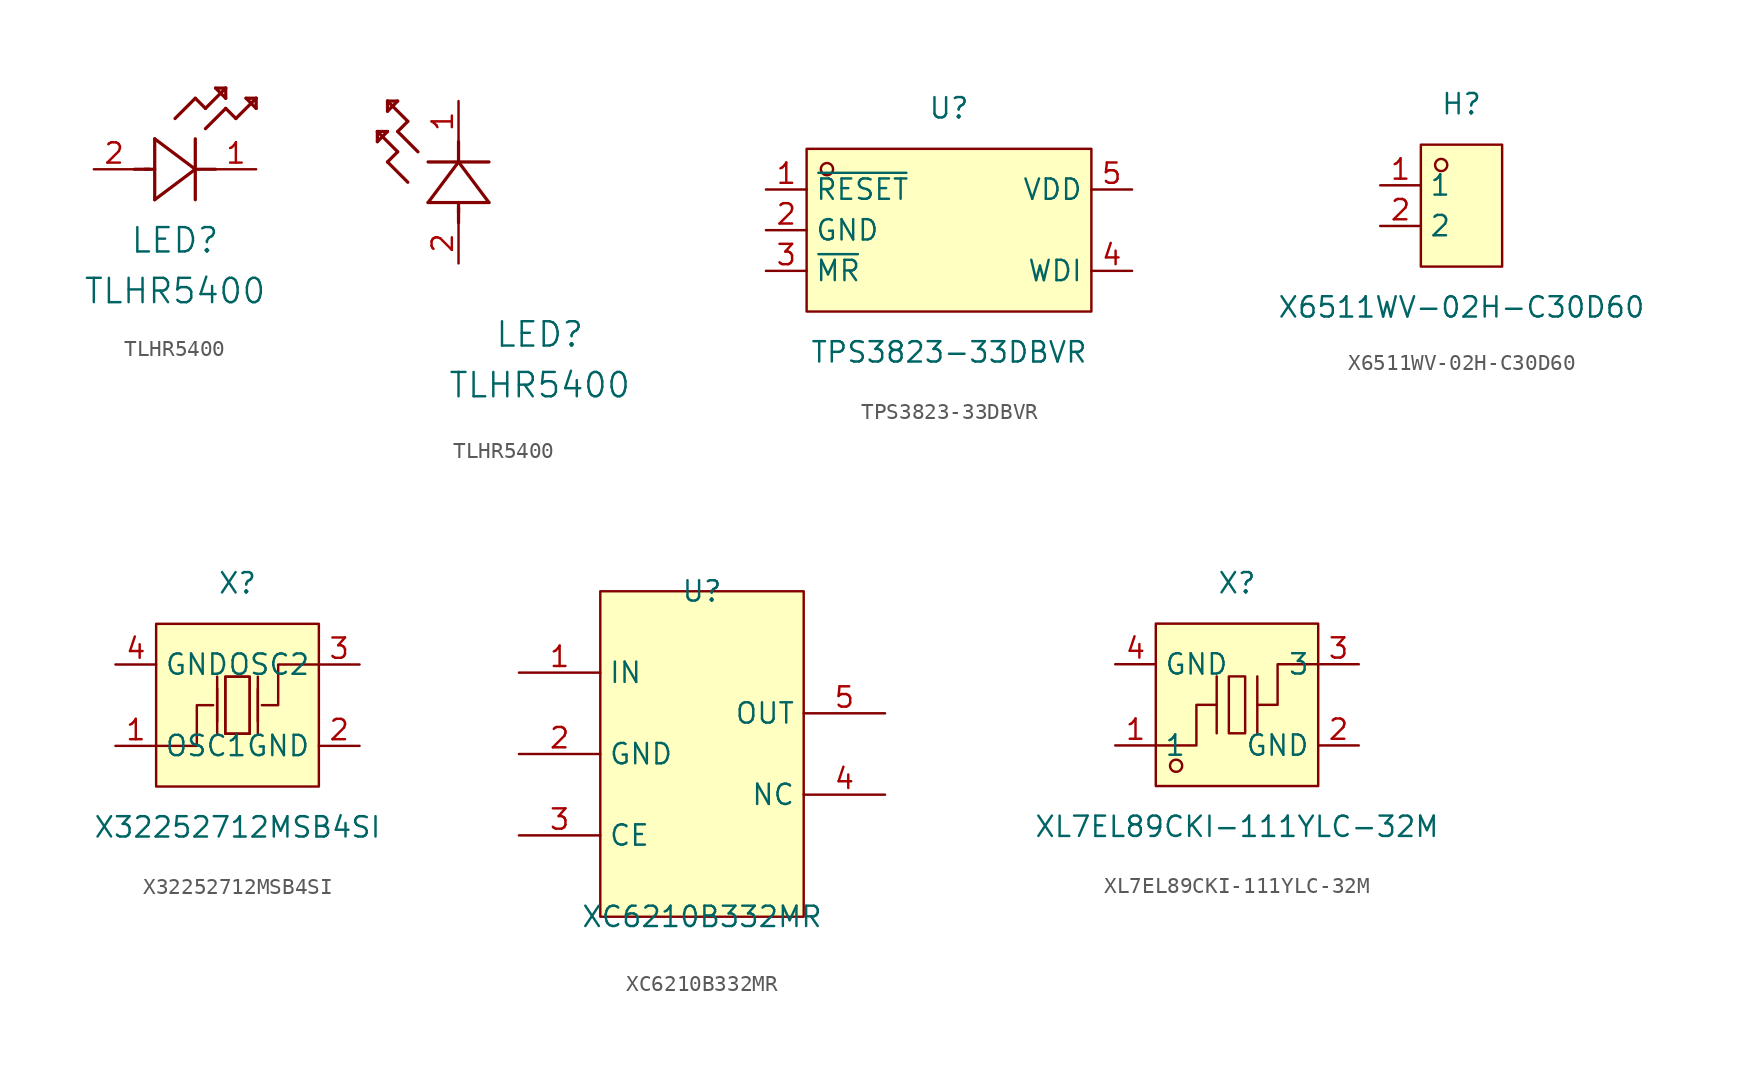
<source format=kicad_sym>
(kicad_symbol_lib
  (version 20220914)
  (generator kicad_symbol_editor)
  (symbol "TLHR5400"
    (pin_names
      (offset 0.254))
    (property "Reference" "LED"
      (at 5.08 -4.445 0)
      (effects (font (size 1.524 1.524))))
    (property "Value" "TLHR5400"
      (at 5.08 -7.62 0)
      (effects (font (size 1.524 1.524))))
    (symbol "TLHR5400_1_1"
      (polyline (pts (xy 2.54 0) (xy 3.48 0)) (stroke (width 0.203) (type default)) (fill (type none)))
      (polyline (pts (xy 3.175 0) (xy 3.81 0)) (stroke (width 0.203) (type default)) (fill (type none)))
      (polyline (pts (xy 3.81 -1.905) (xy 6.35 0)) (stroke (width 0.203) (type default)) (fill (type none)))
      (polyline (pts (xy 3.81 1.905) (xy 3.81 -1.905)) (stroke (width 0.203) (type default)) (fill (type none)))
      (polyline (pts (xy 5.08 3.175) (xy 6.35 4.445)) (stroke (width 0.203) (type default)) (fill (type none)))
      (polyline (pts (xy 6.35 -1.905) (xy 6.35 1.905)) (stroke (width 0.203) (type default)) (fill (type none)))
      (polyline (pts (xy 6.35 0) (xy 3.81 1.905)) (stroke (width 0.203) (type default)) (fill (type none)))
      (polyline (pts (xy 6.35 0) (xy 7.62 0)) (stroke (width 0.203) (type default)) (fill (type none)))
      (polyline (pts (xy 6.35 4.445) (xy 6.985 3.81)) (stroke (width 0.203) (type default)) (fill (type none)))
      (polyline (pts (xy 6.985 2.54) (xy 8.255 3.81)) (stroke (width 0.203) (type default)) (fill (type none)))
      (polyline (pts (xy 6.985 3.81) (xy 8.255 5.08)) (stroke (width 0.203) (type default)) (fill (type none)))
      (polyline (pts (xy 7.62 5.08) (xy 8.255 4.445)) (stroke (width 0.203) (type default)) (fill (type none)))
      (polyline (pts (xy 8.255 3.81) (xy 8.89 3.175)) (stroke (width 0.203) (type default)) (fill (type none)))
      (polyline (pts (xy 8.255 4.445) (xy 8.255 5.08)) (stroke (width 0.203) (type default)) (fill (type none)))
      (polyline (pts (xy 8.255 5.08) (xy 7.62 5.08)) (stroke (width 0.203) (type default)) (fill (type none)))
      (polyline (pts (xy 8.89 3.175) (xy 10.16 4.445)) (stroke (width 0.203) (type default)) (fill (type none)))
      (polyline (pts (xy 9.525 4.445) (xy 10.16 3.81)) (stroke (width 0.203) (type default)) (fill (type none)))
      (polyline (pts (xy 10.16 3.81) (xy 10.16 4.445)) (stroke (width 0.203) (type default)) (fill (type none)))
      (polyline (pts (xy 10.16 4.445) (xy 9.525 4.445)) (stroke (width 0.203) (type default)) (fill (type none)))
      (pin unspecified line (at 10.16 0 180) (length 2.54) (name "" (effects (font (size 1.27 1.27)))) (number "1" (effects (font (size 1.27 1.27)))))
      (pin unspecified line (at 0 0 0) (length 2.54) (name "" (effects (font (size 1.27 1.27)))) (number "2" (effects (font (size 1.27 1.27))))))
    (symbol "TLHR5400_1_2"
      (polyline (pts (xy -5.08 7.62) (xy -4.445 8.255)) (stroke (width 0.203) (type default)) (fill (type none)))
      (polyline (pts (xy -5.08 8.255) (xy -5.08 7.62)) (stroke (width 0.203) (type default)) (fill (type none)))
      (polyline (pts (xy -4.445 6.35) (xy -3.81 6.985)) (stroke (width 0.203) (type default)) (fill (type none)))
      (polyline (pts (xy -4.445 8.255) (xy -5.08 8.255)) (stroke (width 0.203) (type default)) (fill (type none)))
      (polyline (pts (xy -4.445 9.525) (xy -3.81 10.16)) (stroke (width 0.203) (type default)) (fill (type none)))
      (polyline (pts (xy -4.445 10.16) (xy -4.445 9.525)) (stroke (width 0.203) (type default)) (fill (type none)))
      (polyline (pts (xy -3.81 6.985) (xy -5.08 8.255)) (stroke (width 0.203) (type default)) (fill (type none)))
      (polyline (pts (xy -3.81 8.255) (xy -3.175 8.89)) (stroke (width 0.203) (type default)) (fill (type none)))
      (polyline (pts (xy -3.81 10.16) (xy -4.445 10.16)) (stroke (width 0.203) (type default)) (fill (type none)))
      (polyline (pts (xy -3.175 5.08) (xy -4.445 6.35)) (stroke (width 0.203) (type default)) (fill (type none)))
      (polyline (pts (xy -3.175 8.89) (xy -4.445 10.16)) (stroke (width 0.203) (type default)) (fill (type none)))
      (polyline (pts (xy -2.54 6.985) (xy -3.81 8.255)) (stroke (width 0.203) (type default)) (fill (type none)))
      (polyline (pts (xy -1.905 3.81) (xy 1.905 3.81)) (stroke (width 0.203) (type default)) (fill (type none)))
      (polyline (pts (xy 0 2.54) (xy 0 3.48)) (stroke (width 0.203) (type default)) (fill (type none)))
      (polyline (pts (xy 0 3.175) (xy 0 3.81)) (stroke (width 0.203) (type default)) (fill (type none)))
      (polyline (pts (xy 0 6.35) (xy -1.905 3.81)) (stroke (width 0.203) (type default)) (fill (type none)))
      (polyline (pts (xy 0 6.35) (xy 0 7.62)) (stroke (width 0.203) (type default)) (fill (type none)))
      (polyline (pts (xy 1.905 3.81) (xy 0 6.35)) (stroke (width 0.203) (type default)) (fill (type none)))
      (polyline (pts (xy 1.905 6.35) (xy -1.905 6.35)) (stroke (width 0.203) (type default)) (fill (type none)))
      (pin unspecified line (at 0 10.16 270) (length 2.54) (name "" (effects (font (size 1.27 1.27)))) (number "1" (effects (font (size 1.27 1.27)))))
      (pin unspecified line (at 0 0 90) (length 2.54) (name "" (effects (font (size 1.27 1.27)))) (number "2" (effects (font (size 1.27 1.27)))))))
  (symbol "TPS3823-33DBVR"
    (property "Reference" "U"
      (at 0 7.62 0)
      (effects (font (size 1.27 1.27))))
    (property "Value" "TPS3823-33DBVR"
      (at 0 -7.62 0)
      (effects (font (size 1.27 1.27))))
    (symbol "TPS3823-33DBVR_0_1"
      (rectangle (start -8.89 5.08) (end 8.89 -5.08) (stroke (width 0) (type default)) (fill (type background)))
      (circle (center -7.62 3.81) (radius 0.38) (stroke (width 0) (type default)) (fill (type none)))
      (pin unspecified line (at -11.43 2.54 0) (length 2.54) (name "~{RESET}" (effects (font (size 1.27 1.27)))) (number "1" (effects (font (size 1.27 1.27)))))
      (pin unspecified line (at -11.43 0 0) (length 2.54) (name "GND" (effects (font (size 1.27 1.27)))) (number "2" (effects (font (size 1.27 1.27)))))
      (pin unspecified line (at -11.43 -2.54 0) (length 2.54) (name "~{MR}" (effects (font (size 1.27 1.27)))) (number "3" (effects (font (size 1.27 1.27)))))
      (pin unspecified line (at 11.43 -2.54 180) (length 2.54) (name "WDI" (effects (font (size 1.27 1.27)))) (number "4" (effects (font (size 1.27 1.27)))))
      (pin unspecified line (at 11.43 2.54 180) (length 2.54) (name "VDD" (effects (font (size 1.27 1.27)))) (number "5" (effects (font (size 1.27 1.27)))))))
  (symbol "X6511WV-02H-C30D60"
    (property "Reference" "H"
      (at 0 6.35 0)
      (effects (font (size 1.27 1.27))))
    (property "Value" "X6511WV-02H-C30D60"
      (at 0 -6.35 0)
      (effects (font (size 1.27 1.27))))
    (symbol "X6511WV-02H-C30D60_0_1"
      (rectangle (start -2.54 3.81) (end 2.54 -3.81) (stroke (width 0) (type default)) (fill (type background)))
      (circle (center -1.27 2.54) (radius 0.38) (stroke (width 0) (type default)) (fill (type none)))
      (pin unspecified line (at -5.08 1.27 0) (length 2.54) (name "1" (effects (font (size 1.27 1.27)))) (number "1" (effects (font (size 1.27 1.27)))))
      (pin unspecified line (at -5.08 -1.27 0) (length 2.54) (name "2" (effects (font (size 1.27 1.27)))) (number "2" (effects (font (size 1.27 1.27)))))))
  (symbol "X32252712MSB4SI"
    (property "Reference" "X"
      (at 0 7.62 0)
      (effects (font (size 1.27 1.27))))
    (property "Value" "X32252712MSB4SI"
      (at 0 -7.62 0)
      (effects (font (size 1.27 1.27))))
    (symbol "X32252712MSB4SI_0_1"
      (rectangle (start -5.08 5.08) (end 5.08 -5.08) (stroke (width 0) (type default)) (fill (type background)))
      (polyline (pts (xy -1.27 -1.78) (xy -1.27 1.78)) (stroke (width 0) (type default)) (fill (type none)))
      (polyline (pts (xy -1.27 -1.02) (xy -1.27 1.02)) (stroke (width 0) (type default)) (fill (type none)))
      (polyline (pts (xy 0.76 -1.78) (xy -0.76 -1.78)) (stroke (width 0) (type default)) (fill (type none)))
      (polyline (pts (xy 1.27 -1.78) (xy 1.27 1.78)) (stroke (width 0) (type default)) (fill (type none)))
      (polyline (pts (xy 1.27 -1.02) (xy 1.27 1.02)) (stroke (width 0) (type default)) (fill (type none)))
      (polyline (pts (xy -5.08 -2.54) (xy -2.54 -2.54) (xy -2.54 0) (xy -1.52 0)) (stroke (width 0) (type default)) (fill (type none)))
      (polyline (pts (xy -0.76 -1.78) (xy -0.76 1.78) (xy 0.76 1.78) (xy 0.76 -1.78)) (stroke (width 0) (type default)) (fill (type none)))
      (polyline (pts (xy 5.08 2.54) (xy 2.54 2.54) (xy 2.54 0) (xy 1.52 0)) (stroke (width 0) (type default)) (fill (type none)))
      (polyline (pts (xy 0.76 1.78) (xy 0.76 -1.78) (xy -0.76 -1.78) (xy -0.76 1.78) (xy 0.76 1.78)) (stroke (width 0) (type default)) (fill (type background)))
      (pin unspecified line (at -7.62 -2.54 0) (length 2.54) (name "OSC1" (effects (font (size 1.27 1.27)))) (number "1" (effects (font (size 1.27 1.27)))))
      (pin unspecified line (at 7.62 -2.54 180) (length 2.54) (name "GND" (effects (font (size 1.27 1.27)))) (number "2" (effects (font (size 1.27 1.27)))))
      (pin unspecified line (at 7.62 2.54 180) (length 2.54) (name "OSC2" (effects (font (size 1.27 1.27)))) (number "3" (effects (font (size 1.27 1.27)))))
      (pin unspecified line (at -7.62 2.54 0) (length 2.54) (name "GND" (effects (font (size 1.27 1.27)))) (number "4" (effects (font (size 1.27 1.27)))))))
  (symbol "XC6210B332MR"
    (property "Reference" "U"
      (at 0 10.16 0)
      (effects (font (size 1.27 1.27))))
    (property "Value" "XC6210B332MR"
      (at 0 -10.16 0)
      (effects (font (size 1.27 1.27))))
    (symbol "XC6210B332MR_0_1"
      (rectangle (start -6.35 10.16) (end 6.35 -10.16) (stroke (width 0) (type default)) (fill (type background)))
      (pin unspecified line (at -11.43 5.08 0) (length 5.08) (name "IN" (effects (font (size 1.27 1.27)))) (number "1" (effects (font (size 1.27 1.27)))))
      (pin unspecified line (at -11.43 0 0) (length 5.08) (name "GND" (effects (font (size 1.27 1.27)))) (number "2" (effects (font (size 1.27 1.27)))))
      (pin unspecified line (at -11.43 -5.08 0) (length 5.08) (name "CE" (effects (font (size 1.27 1.27)))) (number "3" (effects (font (size 1.27 1.27)))))
      (pin unspecified line (at 11.43 -2.54 180) (length 5.08) (name "NC" (effects (font (size 1.27 1.27)))) (number "4" (effects (font (size 1.27 1.27)))))
      (pin unspecified line (at 11.43 2.54 180) (length 5.08) (name "OUT" (effects (font (size 1.27 1.27)))) (number "5" (effects (font (size 1.27 1.27)))))))
  (symbol "XL7EL89CKI-111YLC-32M"
    (property "Reference" "X"
      (at 0 7.62 0)
      (effects (font (size 1.27 1.27))))
    (property "Value" "XL7EL89CKI-111YLC-32M"
      (at 0 -7.62 0)
      (effects (font (size 1.27 1.27))))
    (symbol "XL7EL89CKI-111YLC-32M_0_1"
      (rectangle (start -5.08 5.08) (end 5.08 -5.08) (stroke (width 0) (type default)) (fill (type background)))
      (circle (center -3.81 -3.81) (radius 0.38) (stroke (width 0) (type default)) (fill (type none)))
      (rectangle (start -0.51 1.78) (end 0.51 -1.78) (stroke (width 0) (type default)) (fill (type background)))
      (polyline (pts (xy -1.27 -1.78) (xy -1.27 1.78)) (stroke (width 0) (type default)) (fill (type none)))
      (polyline (pts (xy 1.27 -1.78) (xy 1.27 1.78)) (stroke (width 0) (type default)) (fill (type none)))
      (polyline (pts (xy -5.08 -2.54) (xy -2.54 -2.54) (xy -2.54 0) (xy -1.27 0)) (stroke (width 0) (type default)) (fill (type none)))
      (polyline (pts (xy 5.08 2.54) (xy 2.54 2.54) (xy 2.54 0) (xy 1.27 0)) (stroke (width 0) (type default)) (fill (type none))))
    (symbol "XL7EL89CKI-111YLC-32M_1_1"
      (pin bidirectional line (at -7.62 -2.54 0) (length 2.54) (name "1" (effects (font (size 1.27 1.27)))) (number "1" (effects (font (size 1.27 1.27)))))
      (pin bidirectional line (at 7.62 -2.54 180) (length 2.54) (name "GND" (effects (font (size 1.27 1.27)))) (number "2" (effects (font (size 1.27 1.27)))))
      (pin bidirectional line (at 7.62 2.54 180) (length 2.54) (name "3" (effects (font (size 1.27 1.27)))) (number "3" (effects (font (size 1.27 1.27)))))
      (pin bidirectional line (at -7.62 2.54 0) (length 2.54) (name "GND" (effects (font (size 1.27 1.27)))) (number "4" (effects (font (size 1.27 1.27))))))))
</source>
